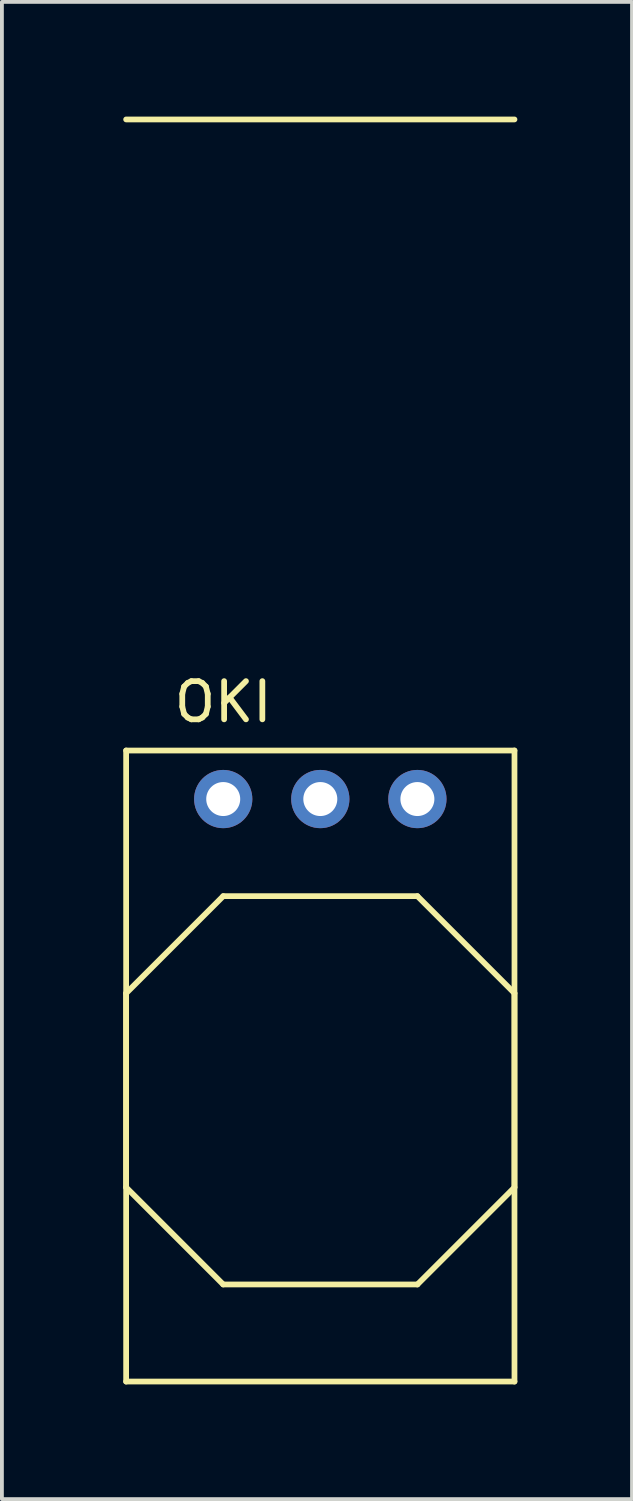
<source format=kicad_pcb>
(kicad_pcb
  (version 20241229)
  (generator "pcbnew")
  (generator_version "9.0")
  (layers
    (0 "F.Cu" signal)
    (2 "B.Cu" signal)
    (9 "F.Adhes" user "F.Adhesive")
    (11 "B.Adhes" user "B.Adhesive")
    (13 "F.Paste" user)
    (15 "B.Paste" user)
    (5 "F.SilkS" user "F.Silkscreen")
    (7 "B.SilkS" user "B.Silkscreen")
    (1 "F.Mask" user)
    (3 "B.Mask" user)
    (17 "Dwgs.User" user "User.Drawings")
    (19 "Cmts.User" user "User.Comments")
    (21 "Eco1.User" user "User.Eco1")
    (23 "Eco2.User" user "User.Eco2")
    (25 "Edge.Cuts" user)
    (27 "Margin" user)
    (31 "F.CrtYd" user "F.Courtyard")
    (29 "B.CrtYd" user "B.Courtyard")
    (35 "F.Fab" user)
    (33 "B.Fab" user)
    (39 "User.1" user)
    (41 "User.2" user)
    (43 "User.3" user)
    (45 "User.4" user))
  (footprint "OKI"
    (layer "F.Cu")
    (at 0.25 16.585)
    (property "Reference" "OKI" (at 2.54 -1.27 0) (layer "F.SilkS") (effects (font (size 1 1) (thickness 0.15))))
    (attr through_hole)
    (fp_line (start 0 0) (end 10.16 0) (stroke (width 0.15) (type solid)) (layer "F.SilkS"))
    (fp_line (start 0 6.35) (end 2.54 3.81) (stroke (width 0.15) (type solid)) (layer "F.SilkS"))
    (fp_line (start 0 11.43) (end 0 6.35) (stroke (width 0.15) (type solid)) (layer "F.SilkS"))
    (fp_line (start 0 16.51) (end 0 0) (stroke (width 0.15) (type solid)) (layer "F.SilkS"))
    (fp_line (start 0 16.51) (end 10.16 16.51) (stroke (width 0.15) (type solid)) (layer "F.SilkS"))
    (fp_line (start 2.54 3.81) (end 7.62 3.81) (stroke (width 0.15) (type solid)) (layer "F.SilkS"))
    (fp_line (start 2.54 13.97) (end 0 11.43) (stroke (width 0.15) (type solid)) (layer "F.SilkS"))
    (fp_line (start 7.62 3.81) (end 10.16 6.35) (stroke (width 0.15) (type solid)) (layer "F.SilkS"))
    (fp_line (start 7.62 13.97) (end 2.54 13.97) (stroke (width 0.15) (type solid)) (layer "F.SilkS"))
    (fp_line (start 10.16 -16.51) (end 0 -16.51) (stroke (width 0.15) (type solid)) (layer "F.SilkS"))
    (fp_line (start 10.16 0) (end 10.16 16.51) (stroke (width 0.15) (type solid)) (layer "F.SilkS"))
    (fp_line (start 10.16 6.35) (end 10.16 11.43) (stroke (width 0.15) (type solid)) (layer "F.SilkS"))
    (fp_line (start 10.16 11.43) (end 7.62 13.97) (stroke (width 0.15) (type solid)) (layer "F.SilkS"))
    (pad "1" thru_hole circle (at 2.54 1.27) (size 1.524 1.524) (drill 0.889) (layers "*.Cu" "*.Mask"))
    (pad "2" thru_hole circle (at 5.08 1.27) (size 1.524 1.524) (drill 0.889) (layers "*.Cu" "*.Mask"))
    (pad "3" thru_hole circle (at 7.62 1.27) (size 1.524 1.524) (drill 0.889) (layers "*.Cu" "*.Mask")))
  (gr_rect
    (start -3 -3)
    (end 13.485 36.17)
    (stroke (width 0.1) (type default))
    (fill no)
    (layer "Edge.Cuts")))
</source>
